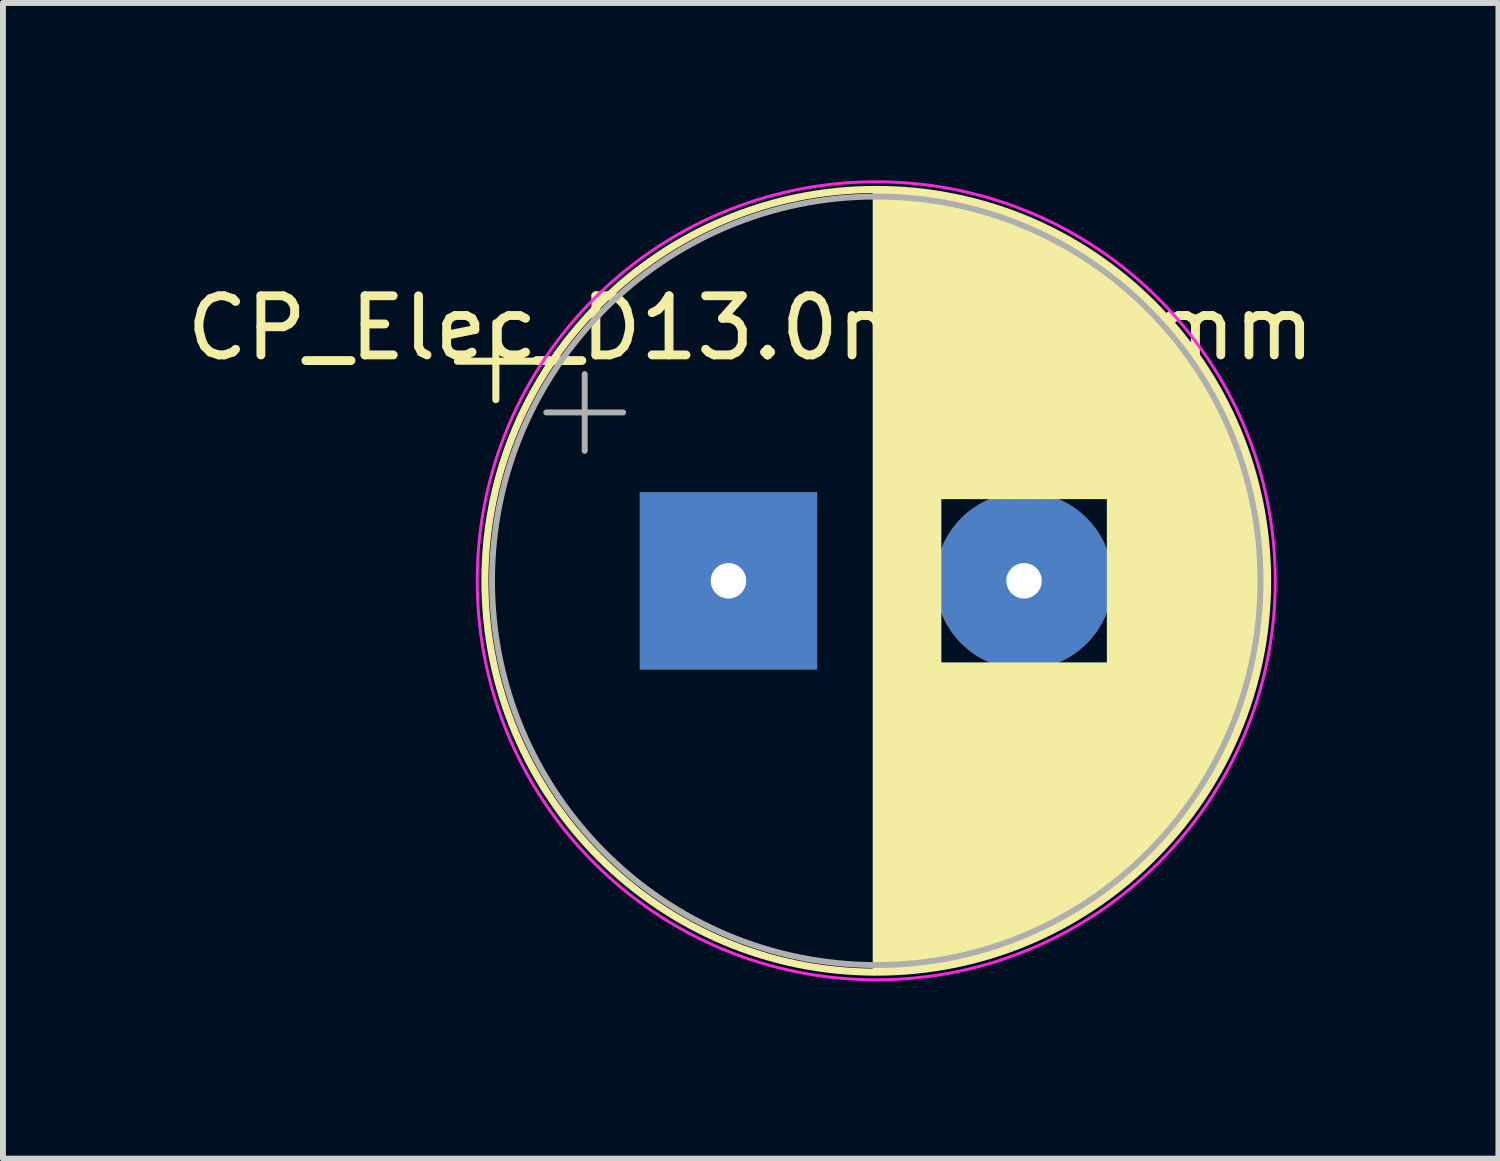
<source format=kicad_pcb>
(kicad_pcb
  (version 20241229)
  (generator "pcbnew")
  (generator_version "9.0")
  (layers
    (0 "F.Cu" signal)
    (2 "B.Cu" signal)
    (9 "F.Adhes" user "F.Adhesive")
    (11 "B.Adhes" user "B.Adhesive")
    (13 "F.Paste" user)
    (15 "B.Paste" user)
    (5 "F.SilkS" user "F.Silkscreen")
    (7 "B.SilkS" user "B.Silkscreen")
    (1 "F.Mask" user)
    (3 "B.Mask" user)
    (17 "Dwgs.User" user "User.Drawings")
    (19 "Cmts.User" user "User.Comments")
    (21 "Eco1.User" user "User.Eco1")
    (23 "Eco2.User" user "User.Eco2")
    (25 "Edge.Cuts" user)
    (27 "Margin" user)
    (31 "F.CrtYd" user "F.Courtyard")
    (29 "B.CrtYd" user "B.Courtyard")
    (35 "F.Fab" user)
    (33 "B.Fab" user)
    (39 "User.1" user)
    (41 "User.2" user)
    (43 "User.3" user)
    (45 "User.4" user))
  (footprint "CP_Elec_D13.0mm_P5mm"
    (layer "F.Cu")
    (at 11.749 6.824)
    (property "Reference" "CP_Elec_D13.0mm_P5mm" (at -2.1 -4.325 0) (unlocked yes) (layer "F.SilkS") (effects (font (size 1 1) (thickness 0.15))))
    (attr through_hole)
    (fp_line (start -7.061 -3.764) (end -5.761 -3.764) (stroke (width 0.12) (type solid)) (layer "F.SilkS"))
    (fp_line (start -6.411 -4.414) (end -6.411 -3.114) (stroke (width 0.12) (type solid)) (layer "F.SilkS"))
    (fp_line (start 0.024 -6.629) (end 0.024 6.531) (stroke (width 0.12) (type solid)) (layer "F.SilkS"))
    (fp_line (start 0.064 -6.629) (end 0.064 6.531) (stroke (width 0.12) (type solid)) (layer "F.SilkS"))
    (fp_line (start 0.104 -6.629) (end 0.104 6.531) (stroke (width 0.12) (type solid)) (layer "F.SilkS"))
    (fp_line (start 0.144 -6.628) (end 0.144 6.53) (stroke (width 0.12) (type solid)) (layer "F.SilkS"))
    (fp_line (start 0.184 -6.628) (end 0.184 6.53) (stroke (width 0.12) (type solid)) (layer "F.SilkS"))
    (fp_line (start 0.224 -6.626) (end 0.224 6.528) (stroke (width 0.12) (type solid)) (layer "F.SilkS"))
    (fp_line (start 0.264 -6.625) (end 0.264 6.527) (stroke (width 0.12) (type solid)) (layer "F.SilkS"))
    (fp_line (start 0.304 -6.624) (end 0.304 6.526) (stroke (width 0.12) (type solid)) (layer "F.SilkS"))
    (fp_line (start 0.344 -6.622) (end 0.344 6.524) (stroke (width 0.12) (type solid)) (layer "F.SilkS"))
    (fp_line (start 0.384 -6.62) (end 0.384 6.522) (stroke (width 0.12) (type solid)) (layer "F.SilkS"))
    (fp_line (start 0.424 -6.617) (end 0.424 6.519) (stroke (width 0.12) (type solid)) (layer "F.SilkS"))
    (fp_line (start 0.464 -6.615) (end 0.464 6.517) (stroke (width 0.12) (type solid)) (layer "F.SilkS"))
    (fp_line (start 0.504 -6.612) (end 0.504 6.514) (stroke (width 0.12) (type solid)) (layer "F.SilkS"))
    (fp_line (start 0.544 -6.609) (end 0.544 6.511) (stroke (width 0.12) (type solid)) (layer "F.SilkS"))
    (fp_line (start 0.584 -6.606) (end 0.584 6.508) (stroke (width 0.12) (type solid)) (layer "F.SilkS"))
    (fp_line (start 0.624 -6.602) (end 0.624 6.504) (stroke (width 0.12) (type solid)) (layer "F.SilkS"))
    (fp_line (start 0.664 -6.598) (end 0.664 6.5) (stroke (width 0.12) (type solid)) (layer "F.SilkS"))
    (fp_line (start 0.704 -6.594) (end 0.704 6.496) (stroke (width 0.12) (type solid)) (layer "F.SilkS"))
    (fp_line (start 0.745 -6.59) (end 0.745 6.492) (stroke (width 0.12) (type solid)) (layer "F.SilkS"))
    (fp_line (start 0.785 -6.586) (end 0.785 6.488) (stroke (width 0.12) (type solid)) (layer "F.SilkS"))
    (fp_line (start 0.825 -6.581) (end 0.825 6.483) (stroke (width 0.12) (type solid)) (layer "F.SilkS"))
    (fp_line (start 0.865 -6.576) (end 0.865 6.478) (stroke (width 0.12) (type solid)) (layer "F.SilkS"))
    (fp_line (start 0.905 -6.571) (end 0.905 6.473) (stroke (width 0.12) (type solid)) (layer "F.SilkS"))
    (fp_line (start 0.945 -6.565) (end 0.945 6.467) (stroke (width 0.12) (type solid)) (layer "F.SilkS"))
    (fp_line (start 0.985 -6.56) (end 0.985 6.462) (stroke (width 0.12) (type solid)) (layer "F.SilkS"))
    (fp_line (start 1.025 -6.554) (end 1.025 6.456) (stroke (width 0.12) (type solid)) (layer "F.SilkS"))
    (fp_line (start 1.065 -6.547) (end 1.065 6.449) (stroke (width 0.12) (type solid)) (layer "F.SilkS"))
    (fp_line (start 1.105 -6.541) (end 1.105 -1.489) (stroke (width 0.12) (type solid)) (layer "F.SilkS"))
    (fp_line (start 1.105 1.391) (end 1.105 6.443) (stroke (width 0.12) (type solid)) (layer "F.SilkS"))
    (fp_line (start 1.145 -6.534) (end 1.145 -1.489) (stroke (width 0.12) (type solid)) (layer "F.SilkS"))
    (fp_line (start 1.145 1.391) (end 1.145 6.436) (stroke (width 0.12) (type solid)) (layer "F.SilkS"))
    (fp_line (start 1.185 -6.527) (end 1.185 -1.489) (stroke (width 0.12) (type solid)) (layer "F.SilkS"))
    (fp_line (start 1.185 1.391) (end 1.185 6.429) (stroke (width 0.12) (type solid)) (layer "F.SilkS"))
    (fp_line (start 1.225 -6.52) (end 1.225 -1.489) (stroke (width 0.12) (type solid)) (layer "F.SilkS"))
    (fp_line (start 1.225 1.391) (end 1.225 6.422) (stroke (width 0.12) (type solid)) (layer "F.SilkS"))
    (fp_line (start 1.265 -6.512) (end 1.265 -1.489) (stroke (width 0.12) (type solid)) (layer "F.SilkS"))
    (fp_line (start 1.265 1.391) (end 1.265 6.414) (stroke (width 0.12) (type solid)) (layer "F.SilkS"))
    (fp_line (start 1.305 -6.505) (end 1.305 -1.489) (stroke (width 0.12) (type solid)) (layer "F.SilkS"))
    (fp_line (start 1.305 1.391) (end 1.305 6.407) (stroke (width 0.12) (type solid)) (layer "F.SilkS"))
    (fp_line (start 1.345 -6.497) (end 1.345 -1.489) (stroke (width 0.12) (type solid)) (layer "F.SilkS"))
    (fp_line (start 1.345 1.391) (end 1.345 6.399) (stroke (width 0.12) (type solid)) (layer "F.SilkS"))
    (fp_line (start 1.385 -6.488) (end 1.385 -1.489) (stroke (width 0.12) (type solid)) (layer "F.SilkS"))
    (fp_line (start 1.385 1.391) (end 1.385 6.39) (stroke (width 0.12) (type solid)) (layer "F.SilkS"))
    (fp_line (start 1.425 -6.48) (end 1.425 -1.489) (stroke (width 0.12) (type solid)) (layer "F.SilkS"))
    (fp_line (start 1.425 1.391) (end 1.425 6.382) (stroke (width 0.12) (type solid)) (layer "F.SilkS"))
    (fp_line (start 1.465 -6.471) (end 1.465 -1.489) (stroke (width 0.12) (type solid)) (layer "F.SilkS"))
    (fp_line (start 1.465 1.391) (end 1.465 6.373) (stroke (width 0.12) (type solid)) (layer "F.SilkS"))
    (fp_line (start 1.505 -6.462) (end 1.505 -1.489) (stroke (width 0.12) (type solid)) (layer "F.SilkS"))
    (fp_line (start 1.505 1.391) (end 1.505 6.364) (stroke (width 0.12) (type solid)) (layer "F.SilkS"))
    (fp_line (start 1.545 -6.453) (end 1.545 -1.489) (stroke (width 0.12) (type solid)) (layer "F.SilkS"))
    (fp_line (start 1.545 1.391) (end 1.545 6.355) (stroke (width 0.12) (type solid)) (layer "F.SilkS"))
    (fp_line (start 1.585 -6.443) (end 1.585 -1.489) (stroke (width 0.12) (type solid)) (layer "F.SilkS"))
    (fp_line (start 1.585 1.391) (end 1.585 6.345) (stroke (width 0.12) (type solid)) (layer "F.SilkS"))
    (fp_line (start 1.625 -6.433) (end 1.625 -1.489) (stroke (width 0.12) (type solid)) (layer "F.SilkS"))
    (fp_line (start 1.625 1.391) (end 1.625 6.335) (stroke (width 0.12) (type solid)) (layer "F.SilkS"))
    (fp_line (start 1.665 -6.423) (end 1.665 -1.489) (stroke (width 0.12) (type solid)) (layer "F.SilkS"))
    (fp_line (start 1.665 1.391) (end 1.665 6.325) (stroke (width 0.12) (type solid)) (layer "F.SilkS"))
    (fp_line (start 1.705 -6.413) (end 1.705 -1.489) (stroke (width 0.12) (type solid)) (layer "F.SilkS"))
    (fp_line (start 1.705 1.391) (end 1.705 6.315) (stroke (width 0.12) (type solid)) (layer "F.SilkS"))
    (fp_line (start 1.745 -6.402) (end 1.745 -1.489) (stroke (width 0.12) (type solid)) (layer "F.SilkS"))
    (fp_line (start 1.745 1.391) (end 1.745 6.304) (stroke (width 0.12) (type solid)) (layer "F.SilkS"))
    (fp_line (start 1.785 -6.391) (end 1.785 -1.489) (stroke (width 0.12) (type solid)) (layer "F.SilkS"))
    (fp_line (start 1.785 1.391) (end 1.785 6.293) (stroke (width 0.12) (type solid)) (layer "F.SilkS"))
    (fp_line (start 1.825 -6.38) (end 1.825 -1.489) (stroke (width 0.12) (type solid)) (layer "F.SilkS"))
    (fp_line (start 1.825 1.391) (end 1.825 6.282) (stroke (width 0.12) (type solid)) (layer "F.SilkS"))
    (fp_line (start 1.865 -6.369) (end 1.865 -1.489) (stroke (width 0.12) (type solid)) (layer "F.SilkS"))
    (fp_line (start 1.865 1.391) (end 1.865 6.271) (stroke (width 0.12) (type solid)) (layer "F.SilkS"))
    (fp_line (start 1.905 -6.357) (end 1.905 -1.489) (stroke (width 0.12) (type solid)) (layer "F.SilkS"))
    (fp_line (start 1.905 1.391) (end 1.905 6.259) (stroke (width 0.12) (type solid)) (layer "F.SilkS"))
    (fp_line (start 1.945 -6.345) (end 1.945 -1.489) (stroke (width 0.12) (type solid)) (layer "F.SilkS"))
    (fp_line (start 1.945 1.391) (end 1.945 6.247) (stroke (width 0.12) (type solid)) (layer "F.SilkS"))
    (fp_line (start 1.985 -6.333) (end 1.985 -1.489) (stroke (width 0.12) (type solid)) (layer "F.SilkS"))
    (fp_line (start 1.985 1.391) (end 1.985 6.235) (stroke (width 0.12) (type solid)) (layer "F.SilkS"))
    (fp_line (start 2.025 -6.32) (end 2.025 -1.489) (stroke (width 0.12) (type solid)) (layer "F.SilkS"))
    (fp_line (start 2.025 1.391) (end 2.025 6.222) (stroke (width 0.12) (type solid)) (layer "F.SilkS"))
    (fp_line (start 2.065 -6.307) (end 2.065 -1.489) (stroke (width 0.12) (type solid)) (layer "F.SilkS"))
    (fp_line (start 2.065 1.391) (end 2.065 6.209) (stroke (width 0.12) (type solid)) (layer "F.SilkS"))
    (fp_line (start 2.105 -6.294) (end 2.105 -1.489) (stroke (width 0.12) (type solid)) (layer "F.SilkS"))
    (fp_line (start 2.105 1.391) (end 2.105 6.196) (stroke (width 0.12) (type solid)) (layer "F.SilkS"))
    (fp_line (start 2.145 -6.281) (end 2.145 -1.489) (stroke (width 0.12) (type solid)) (layer "F.SilkS"))
    (fp_line (start 2.145 1.391) (end 2.145 6.183) (stroke (width 0.12) (type solid)) (layer "F.SilkS"))
    (fp_line (start 2.185 -6.267) (end 2.185 -1.489) (stroke (width 0.12) (type solid)) (layer "F.SilkS"))
    (fp_line (start 2.185 1.391) (end 2.185 6.169) (stroke (width 0.12) (type solid)) (layer "F.SilkS"))
    (fp_line (start 2.225 -6.253) (end 2.225 -1.489) (stroke (width 0.12) (type solid)) (layer "F.SilkS"))
    (fp_line (start 2.225 1.391) (end 2.225 6.155) (stroke (width 0.12) (type solid)) (layer "F.SilkS"))
    (fp_line (start 2.265 -6.239) (end 2.265 -1.489) (stroke (width 0.12) (type solid)) (layer "F.SilkS"))
    (fp_line (start 2.265 1.391) (end 2.265 6.141) (stroke (width 0.12) (type solid)) (layer "F.SilkS"))
    (fp_line (start 2.305 -6.224) (end 2.305 -1.489) (stroke (width 0.12) (type solid)) (layer "F.SilkS"))
    (fp_line (start 2.305 1.391) (end 2.305 6.126) (stroke (width 0.12) (type solid)) (layer "F.SilkS"))
    (fp_line (start 2.345 -6.21) (end 2.345 -1.489) (stroke (width 0.12) (type solid)) (layer "F.SilkS"))
    (fp_line (start 2.345 1.391) (end 2.345 6.112) (stroke (width 0.12) (type solid)) (layer "F.SilkS"))
    (fp_line (start 2.385 -6.195) (end 2.385 -1.489) (stroke (width 0.12) (type solid)) (layer "F.SilkS"))
    (fp_line (start 2.385 1.391) (end 2.385 6.097) (stroke (width 0.12) (type solid)) (layer "F.SilkS"))
    (fp_line (start 2.425 -6.179) (end 2.425 -1.489) (stroke (width 0.12) (type solid)) (layer "F.SilkS"))
    (fp_line (start 2.425 1.391) (end 2.425 6.081) (stroke (width 0.12) (type solid)) (layer "F.SilkS"))
    (fp_line (start 2.465 -6.163) (end 2.465 -1.489) (stroke (width 0.12) (type solid)) (layer "F.SilkS"))
    (fp_line (start 2.465 1.391) (end 2.465 6.065) (stroke (width 0.12) (type solid)) (layer "F.SilkS"))
    (fp_line (start 2.505 -6.147) (end 2.505 -1.489) (stroke (width 0.12) (type solid)) (layer "F.SilkS"))
    (fp_line (start 2.505 1.391) (end 2.505 6.049) (stroke (width 0.12) (type solid)) (layer "F.SilkS"))
    (fp_line (start 2.545 -6.131) (end 2.545 -1.489) (stroke (width 0.12) (type solid)) (layer "F.SilkS"))
    (fp_line (start 2.545 1.391) (end 2.545 6.033) (stroke (width 0.12) (type solid)) (layer "F.SilkS"))
    (fp_line (start 2.585 -6.114) (end 2.585 -1.489) (stroke (width 0.12) (type solid)) (layer "F.SilkS"))
    (fp_line (start 2.585 1.391) (end 2.585 6.016) (stroke (width 0.12) (type solid)) (layer "F.SilkS"))
    (fp_line (start 2.625 -6.098) (end 2.625 -1.489) (stroke (width 0.12) (type solid)) (layer "F.SilkS"))
    (fp_line (start 2.625 1.391) (end 2.625 6) (stroke (width 0.12) (type solid)) (layer "F.SilkS"))
    (fp_line (start 2.665 -6.08) (end 2.665 -1.489) (stroke (width 0.12) (type solid)) (layer "F.SilkS"))
    (fp_line (start 2.665 1.391) (end 2.665 5.982) (stroke (width 0.12) (type solid)) (layer "F.SilkS"))
    (fp_line (start 2.705 -6.063) (end 2.705 -1.489) (stroke (width 0.12) (type solid)) (layer "F.SilkS"))
    (fp_line (start 2.705 1.391) (end 2.705 5.965) (stroke (width 0.12) (type solid)) (layer "F.SilkS"))
    (fp_line (start 2.745 -6.045) (end 2.745 -1.489) (stroke (width 0.12) (type solid)) (layer "F.SilkS"))
    (fp_line (start 2.745 1.391) (end 2.745 5.947) (stroke (width 0.12) (type solid)) (layer "F.SilkS"))
    (fp_line (start 2.785 -6.027) (end 2.785 -1.489) (stroke (width 0.12) (type solid)) (layer "F.SilkS"))
    (fp_line (start 2.785 1.391) (end 2.785 5.929) (stroke (width 0.12) (type solid)) (layer "F.SilkS"))
    (fp_line (start 2.825 -6.008) (end 2.825 -1.489) (stroke (width 0.12) (type solid)) (layer "F.SilkS"))
    (fp_line (start 2.825 1.391) (end 2.825 5.91) (stroke (width 0.12) (type solid)) (layer "F.SilkS"))
    (fp_line (start 2.865 -5.989) (end 2.865 -1.489) (stroke (width 0.12) (type solid)) (layer "F.SilkS"))
    (fp_line (start 2.865 1.391) (end 2.865 5.891) (stroke (width 0.12) (type solid)) (layer "F.SilkS"))
    (fp_line (start 2.905 -5.97) (end 2.905 -1.489) (stroke (width 0.12) (type solid)) (layer "F.SilkS"))
    (fp_line (start 2.905 1.391) (end 2.905 5.872) (stroke (width 0.12) (type solid)) (layer "F.SilkS"))
    (fp_line (start 2.945 -5.951) (end 2.945 -1.489) (stroke (width 0.12) (type solid)) (layer "F.SilkS"))
    (fp_line (start 2.945 1.391) (end 2.945 5.853) (stroke (width 0.12) (type solid)) (layer "F.SilkS"))
    (fp_line (start 2.985 -5.931) (end 2.985 -1.489) (stroke (width 0.12) (type solid)) (layer "F.SilkS"))
    (fp_line (start 2.985 1.391) (end 2.985 5.833) (stroke (width 0.12) (type solid)) (layer "F.SilkS"))
    (fp_line (start 3.025 -5.911) (end 3.025 -1.489) (stroke (width 0.12) (type solid)) (layer "F.SilkS"))
    (fp_line (start 3.025 1.391) (end 3.025 5.813) (stroke (width 0.12) (type solid)) (layer "F.SilkS"))
    (fp_line (start 3.065 -5.89) (end 3.065 -1.489) (stroke (width 0.12) (type solid)) (layer "F.SilkS"))
    (fp_line (start 3.065 1.391) (end 3.065 5.792) (stroke (width 0.12) (type solid)) (layer "F.SilkS"))
    (fp_line (start 3.105 -5.869) (end 3.105 -1.489) (stroke (width 0.12) (type solid)) (layer "F.SilkS"))
    (fp_line (start 3.105 1.391) (end 3.105 5.771) (stroke (width 0.12) (type solid)) (layer "F.SilkS"))
    (fp_line (start 3.145 -5.848) (end 3.145 -1.489) (stroke (width 0.12) (type solid)) (layer "F.SilkS"))
    (fp_line (start 3.145 1.391) (end 3.145 5.75) (stroke (width 0.12) (type solid)) (layer "F.SilkS"))
    (fp_line (start 3.185 -5.827) (end 3.185 -1.489) (stroke (width 0.12) (type solid)) (layer "F.SilkS"))
    (fp_line (start 3.185 1.391) (end 3.185 5.729) (stroke (width 0.12) (type solid)) (layer "F.SilkS"))
    (fp_line (start 3.225 -5.805) (end 3.225 -1.489) (stroke (width 0.12) (type solid)) (layer "F.SilkS"))
    (fp_line (start 3.225 1.391) (end 3.225 5.707) (stroke (width 0.12) (type solid)) (layer "F.SilkS"))
    (fp_line (start 3.265 -5.782) (end 3.265 -1.489) (stroke (width 0.12) (type solid)) (layer "F.SilkS"))
    (fp_line (start 3.265 1.391) (end 3.265 5.684) (stroke (width 0.12) (type solid)) (layer "F.SilkS"))
    (fp_line (start 3.305 -5.76) (end 3.305 -1.489) (stroke (width 0.12) (type solid)) (layer "F.SilkS"))
    (fp_line (start 3.305 1.391) (end 3.305 5.662) (stroke (width 0.12) (type solid)) (layer "F.SilkS"))
    (fp_line (start 3.345 -5.737) (end 3.345 -1.489) (stroke (width 0.12) (type solid)) (layer "F.SilkS"))
    (fp_line (start 3.345 1.391) (end 3.345 5.639) (stroke (width 0.12) (type solid)) (layer "F.SilkS"))
    (fp_line (start 3.385 -5.713) (end 3.385 -1.489) (stroke (width 0.12) (type solid)) (layer "F.SilkS"))
    (fp_line (start 3.385 1.391) (end 3.385 5.615) (stroke (width 0.12) (type solid)) (layer "F.SilkS"))
    (fp_line (start 3.425 -5.69) (end 3.425 -1.489) (stroke (width 0.12) (type solid)) (layer "F.SilkS"))
    (fp_line (start 3.425 1.391) (end 3.425 5.592) (stroke (width 0.12) (type solid)) (layer "F.SilkS"))
    (fp_line (start 3.465 -5.666) (end 3.465 -1.489) (stroke (width 0.12) (type solid)) (layer "F.SilkS"))
    (fp_line (start 3.465 1.391) (end 3.465 5.568) (stroke (width 0.12) (type solid)) (layer "F.SilkS"))
    (fp_line (start 3.505 -5.641) (end 3.505 -1.489) (stroke (width 0.12) (type solid)) (layer "F.SilkS"))
    (fp_line (start 3.505 1.391) (end 3.505 5.543) (stroke (width 0.12) (type solid)) (layer "F.SilkS"))
    (fp_line (start 3.545 -5.616) (end 3.545 -1.489) (stroke (width 0.12) (type solid)) (layer "F.SilkS"))
    (fp_line (start 3.545 1.391) (end 3.545 5.518) (stroke (width 0.12) (type solid)) (layer "F.SilkS"))
    (fp_line (start 3.585 -5.591) (end 3.585 -1.489) (stroke (width 0.12) (type solid)) (layer "F.SilkS"))
    (fp_line (start 3.585 1.391) (end 3.585 5.493) (stroke (width 0.12) (type solid)) (layer "F.SilkS"))
    (fp_line (start 3.625 -5.565) (end 3.625 -1.489) (stroke (width 0.12) (type solid)) (layer "F.SilkS"))
    (fp_line (start 3.625 1.391) (end 3.625 5.467) (stroke (width 0.12) (type solid)) (layer "F.SilkS"))
    (fp_line (start 3.665 -5.539) (end 3.665 -1.489) (stroke (width 0.12) (type solid)) (layer "F.SilkS"))
    (fp_line (start 3.665 1.391) (end 3.665 5.441) (stroke (width 0.12) (type solid)) (layer "F.SilkS"))
    (fp_line (start 3.705 -5.512) (end 3.705 -1.489) (stroke (width 0.12) (type solid)) (layer "F.SilkS"))
    (fp_line (start 3.705 1.391) (end 3.705 5.414) (stroke (width 0.12) (type solid)) (layer "F.SilkS"))
    (fp_line (start 3.745 -5.485) (end 3.745 -1.489) (stroke (width 0.12) (type solid)) (layer "F.SilkS"))
    (fp_line (start 3.745 1.391) (end 3.745 5.387) (stroke (width 0.12) (type solid)) (layer "F.SilkS"))
    (fp_line (start 3.785 -5.458) (end 3.785 -1.489) (stroke (width 0.12) (type solid)) (layer "F.SilkS"))
    (fp_line (start 3.785 1.391) (end 3.785 5.36) (stroke (width 0.12) (type solid)) (layer "F.SilkS"))
    (fp_line (start 3.825 -5.43) (end 3.825 -1.489) (stroke (width 0.12) (type solid)) (layer "F.SilkS"))
    (fp_line (start 3.825 1.391) (end 3.825 5.332) (stroke (width 0.12) (type solid)) (layer "F.SilkS"))
    (fp_line (start 3.865 -5.402) (end 3.865 -1.489) (stroke (width 0.12) (type solid)) (layer "F.SilkS"))
    (fp_line (start 3.865 1.391) (end 3.865 5.304) (stroke (width 0.12) (type solid)) (layer "F.SilkS"))
    (fp_line (start 3.905 -5.373) (end 3.905 -1.489) (stroke (width 0.12) (type solid)) (layer "F.SilkS"))
    (fp_line (start 3.905 1.391) (end 3.905 5.275) (stroke (width 0.12) (type solid)) (layer "F.SilkS"))
    (fp_line (start 3.945 -5.344) (end 3.945 -1.489) (stroke (width 0.12) (type solid)) (layer "F.SilkS"))
    (fp_line (start 3.945 1.391) (end 3.945 5.246) (stroke (width 0.12) (type solid)) (layer "F.SilkS"))
    (fp_line (start 3.985 -5.314) (end 3.985 5.216) (stroke (width 0.12) (type solid)) (layer "F.SilkS"))
    (fp_line (start 4.025 -5.284) (end 4.025 5.186) (stroke (width 0.12) (type solid)) (layer "F.SilkS"))
    (fp_line (start 4.065 -5.254) (end 4.065 5.156) (stroke (width 0.12) (type solid)) (layer "F.SilkS"))
    (fp_line (start 4.105 -5.223) (end 4.105 5.125) (stroke (width 0.12) (type solid)) (layer "F.SilkS"))
    (fp_line (start 4.145 -5.191) (end 4.145 5.093) (stroke (width 0.12) (type solid)) (layer "F.SilkS"))
    (fp_line (start 4.185 -5.159) (end 4.185 5.061) (stroke (width 0.12) (type solid)) (layer "F.SilkS"))
    (fp_line (start 4.225 -5.127) (end 4.225 5.029) (stroke (width 0.12) (type solid)) (layer "F.SilkS"))
    (fp_line (start 4.265 -5.093) (end 4.265 4.995) (stroke (width 0.12) (type solid)) (layer "F.SilkS"))
    (fp_line (start 4.305 -5.06) (end 4.305 4.962) (stroke (width 0.12) (type solid)) (layer "F.SilkS"))
    (fp_line (start 4.345 -5.026) (end 4.345 4.928) (stroke (width 0.12) (type solid)) (layer "F.SilkS"))
    (fp_line (start 4.385 -4.991) (end 4.385 4.893) (stroke (width 0.12) (type solid)) (layer "F.SilkS"))
    (fp_line (start 4.425 -4.956) (end 4.425 4.858) (stroke (width 0.12) (type solid)) (layer "F.SilkS"))
    (fp_line (start 4.465 -4.92) (end 4.465 4.822) (stroke (width 0.12) (type solid)) (layer "F.SilkS"))
    (fp_line (start 4.505 -4.883) (end 4.505 4.785) (stroke (width 0.12) (type solid)) (layer "F.SilkS"))
    (fp_line (start 4.545 -4.846) (end 4.545 4.748) (stroke (width 0.12) (type solid)) (layer "F.SilkS"))
    (fp_line (start 4.585 -4.809) (end 4.585 4.711) (stroke (width 0.12) (type solid)) (layer "F.SilkS"))
    (fp_line (start 4.625 -4.77) (end 4.625 4.672) (stroke (width 0.12) (type solid)) (layer "F.SilkS"))
    (fp_line (start 4.665 -4.731) (end 4.665 4.633) (stroke (width 0.12) (type solid)) (layer "F.SilkS"))
    (fp_line (start 4.705 -4.692) (end 4.705 4.594) (stroke (width 0.12) (type solid)) (layer "F.SilkS"))
    (fp_line (start 4.745 -4.651) (end 4.745 4.553) (stroke (width 0.12) (type solid)) (layer "F.SilkS"))
    (fp_line (start 4.785 -4.61) (end 4.785 4.512) (stroke (width 0.12) (type solid)) (layer "F.SilkS"))
    (fp_line (start 4.825 -4.568) (end 4.825 4.47) (stroke (width 0.12) (type solid)) (layer "F.SilkS"))
    (fp_line (start 4.865 -4.526) (end 4.865 4.428) (stroke (width 0.12) (type solid)) (layer "F.SilkS"))
    (fp_line (start 4.905 -4.483) (end 4.905 4.385) (stroke (width 0.12) (type solid)) (layer "F.SilkS"))
    (fp_line (start 4.945 -4.439) (end 4.945 4.341) (stroke (width 0.12) (type solid)) (layer "F.SilkS"))
    (fp_line (start 4.985 -4.394) (end 4.985 4.296) (stroke (width 0.12) (type solid)) (layer "F.SilkS"))
    (fp_line (start 5.025 -4.348) (end 5.025 4.25) (stroke (width 0.12) (type solid)) (layer "F.SilkS"))
    (fp_line (start 5.065 -4.302) (end 5.065 4.204) (stroke (width 0.12) (type solid)) (layer "F.SilkS"))
    (fp_line (start 5.105 -4.254) (end 5.105 4.156) (stroke (width 0.12) (type solid)) (layer "F.SilkS"))
    (fp_line (start 5.145 -4.206) (end 5.145 4.108) (stroke (width 0.12) (type solid)) (layer "F.SilkS"))
    (fp_line (start 5.185 -4.157) (end 5.185 4.059) (stroke (width 0.12) (type solid)) (layer "F.SilkS"))
    (fp_line (start 5.225 -4.106) (end 5.225 4.008) (stroke (width 0.12) (type solid)) (layer "F.SilkS"))
    (fp_line (start 5.265 -4.055) (end 5.265 3.957) (stroke (width 0.12) (type solid)) (layer "F.SilkS"))
    (fp_line (start 5.305 -4.003) (end 5.305 3.905) (stroke (width 0.12) (type solid)) (layer "F.SilkS"))
    (fp_line (start 5.345 -3.949) (end 5.345 3.851) (stroke (width 0.12) (type solid)) (layer "F.SilkS"))
    (fp_line (start 5.385 -3.895) (end 5.385 3.797) (stroke (width 0.12) (type solid)) (layer "F.SilkS"))
    (fp_line (start 5.425 -3.839) (end 5.425 3.741) (stroke (width 0.12) (type solid)) (layer "F.SilkS"))
    (fp_line (start 5.465 -3.782) (end 5.465 3.684) (stroke (width 0.12) (type solid)) (layer "F.SilkS"))
    (fp_line (start 5.505 -3.724) (end 5.505 3.626) (stroke (width 0.12) (type solid)) (layer "F.SilkS"))
    (fp_line (start 5.545 -3.664) (end 5.545 3.566) (stroke (width 0.12) (type solid)) (layer "F.SilkS"))
    (fp_line (start 5.585 -3.603) (end 5.585 3.505) (stroke (width 0.12) (type solid)) (layer "F.SilkS"))
    (fp_line (start 5.625 -3.54) (end 5.625 3.442) (stroke (width 0.12) (type solid)) (layer "F.SilkS"))
    (fp_line (start 5.665 -3.476) (end 5.665 3.378) (stroke (width 0.12) (type solid)) (layer "F.SilkS"))
    (fp_line (start 5.705 -3.41) (end 5.705 3.312) (stroke (width 0.12) (type solid)) (layer "F.SilkS"))
    (fp_line (start 5.745 -3.342) (end 5.745 3.244) (stroke (width 0.12) (type solid)) (layer "F.SilkS"))
    (fp_line (start 5.785 -3.272) (end 5.785 3.174) (stroke (width 0.12) (type solid)) (layer "F.SilkS"))
    (fp_line (start 5.825 -3.201) (end 5.825 3.103) (stroke (width 0.12) (type solid)) (layer "F.SilkS"))
    (fp_line (start 5.865 -3.127) (end 5.865 3.029) (stroke (width 0.12) (type solid)) (layer "F.SilkS"))
    (fp_line (start 5.905 -3.051) (end 5.905 2.953) (stroke (width 0.12) (type solid)) (layer "F.SilkS"))
    (fp_line (start 5.945 -2.972) (end 5.945 2.874) (stroke (width 0.12) (type solid)) (layer "F.SilkS"))
    (fp_line (start 5.985 -2.891) (end 5.985 2.793) (stroke (width 0.12) (type solid)) (layer "F.SilkS"))
    (fp_line (start 6.025 -2.807) (end 6.025 2.709) (stroke (width 0.12) (type solid)) (layer "F.SilkS"))
    (fp_line (start 6.065 -2.719) (end 6.065 2.621) (stroke (width 0.12) (type solid)) (layer "F.SilkS"))
    (fp_line (start 6.105 -2.628) (end 6.105 2.53) (stroke (width 0.12) (type solid)) (layer "F.SilkS"))
    (fp_line (start 6.145 -2.533) (end 6.145 2.435) (stroke (width 0.12) (type solid)) (layer "F.SilkS"))
    (fp_line (start 6.185 -2.434) (end 6.185 2.336) (stroke (width 0.12) (type solid)) (layer "F.SilkS"))
    (fp_line (start 6.225 -2.33) (end 6.225 2.232) (stroke (width 0.12) (type solid)) (layer "F.SilkS"))
    (fp_line (start 6.265 -2.22) (end 6.265 2.122) (stroke (width 0.12) (type solid)) (layer "F.SilkS"))
    (fp_line (start 6.305 -2.104) (end 6.305 2.006) (stroke (width 0.12) (type solid)) (layer "F.SilkS"))
    (fp_line (start 6.345 -1.98) (end 6.345 1.882) (stroke (width 0.12) (type solid)) (layer "F.SilkS"))
    (fp_line (start 6.385 -1.847) (end 6.385 1.749) (stroke (width 0.12) (type solid)) (layer "F.SilkS"))
    (fp_line (start 6.425 -1.702) (end 6.425 1.604) (stroke (width 0.12) (type solid)) (layer "F.SilkS"))
    (fp_line (start 6.465 -1.543) (end 6.465 1.445) (stroke (width 0.12) (type solid)) (layer "F.SilkS"))
    (fp_line (start 6.505 -1.364) (end 6.505 1.266) (stroke (width 0.12) (type solid)) (layer "F.SilkS"))
    (fp_line (start 6.545 -1.156) (end 6.545 1.058) (stroke (width 0.12) (type solid)) (layer "F.SilkS"))
    (fp_line (start 6.585 -0.899) (end 6.585 0.801) (stroke (width 0.12) (type solid)) (layer "F.SilkS"))
    (fp_line (start 6.625 -0.524) (end 6.625 0.426) (stroke (width 0.12) (type solid)) (layer "F.SilkS"))
    (fp_circle (center 0.024 -0.049) (end 6.644 -0.049) (stroke (width 0.12) (type solid)) (fill no) (layer "F.SilkS"))
    (fp_circle (center 0.024 -0.049) (end 6.774 -0.049) (stroke (width 0.05) (type solid)) (fill no) (layer "F.CrtYd"))
    (fp_line (start -5.558 -2.897) (end -4.258 -2.897) (stroke (width 0.1) (type solid)) (layer "F.Fab"))
    (fp_line (start -4.908 -3.546) (end -4.908 -2.247) (stroke (width 0.1) (type solid)) (layer "F.Fab"))
    (fp_circle (center 0.024 -0.049) (end 6.524 -0.049) (stroke (width 0.1) (type solid)) (fill no) (layer "F.Fab"))
    (pad "1" thru_hole rect (at -2.476 -0.049) (size 3 3) (drill oval 0.6) (layers "*.Cu" "*.Mask"))
    (pad "2" thru_hole circle (at 2.524 -0.049) (size 3 3) (drill 0.6) (layers "*.Cu" "*.Mask")))
  (gr_rect
    (start -3 -3)
    (end 22.298 16.55)
    (stroke (width 0.1) (type default))
    (fill no)
    (layer "Edge.Cuts")))
</source>
